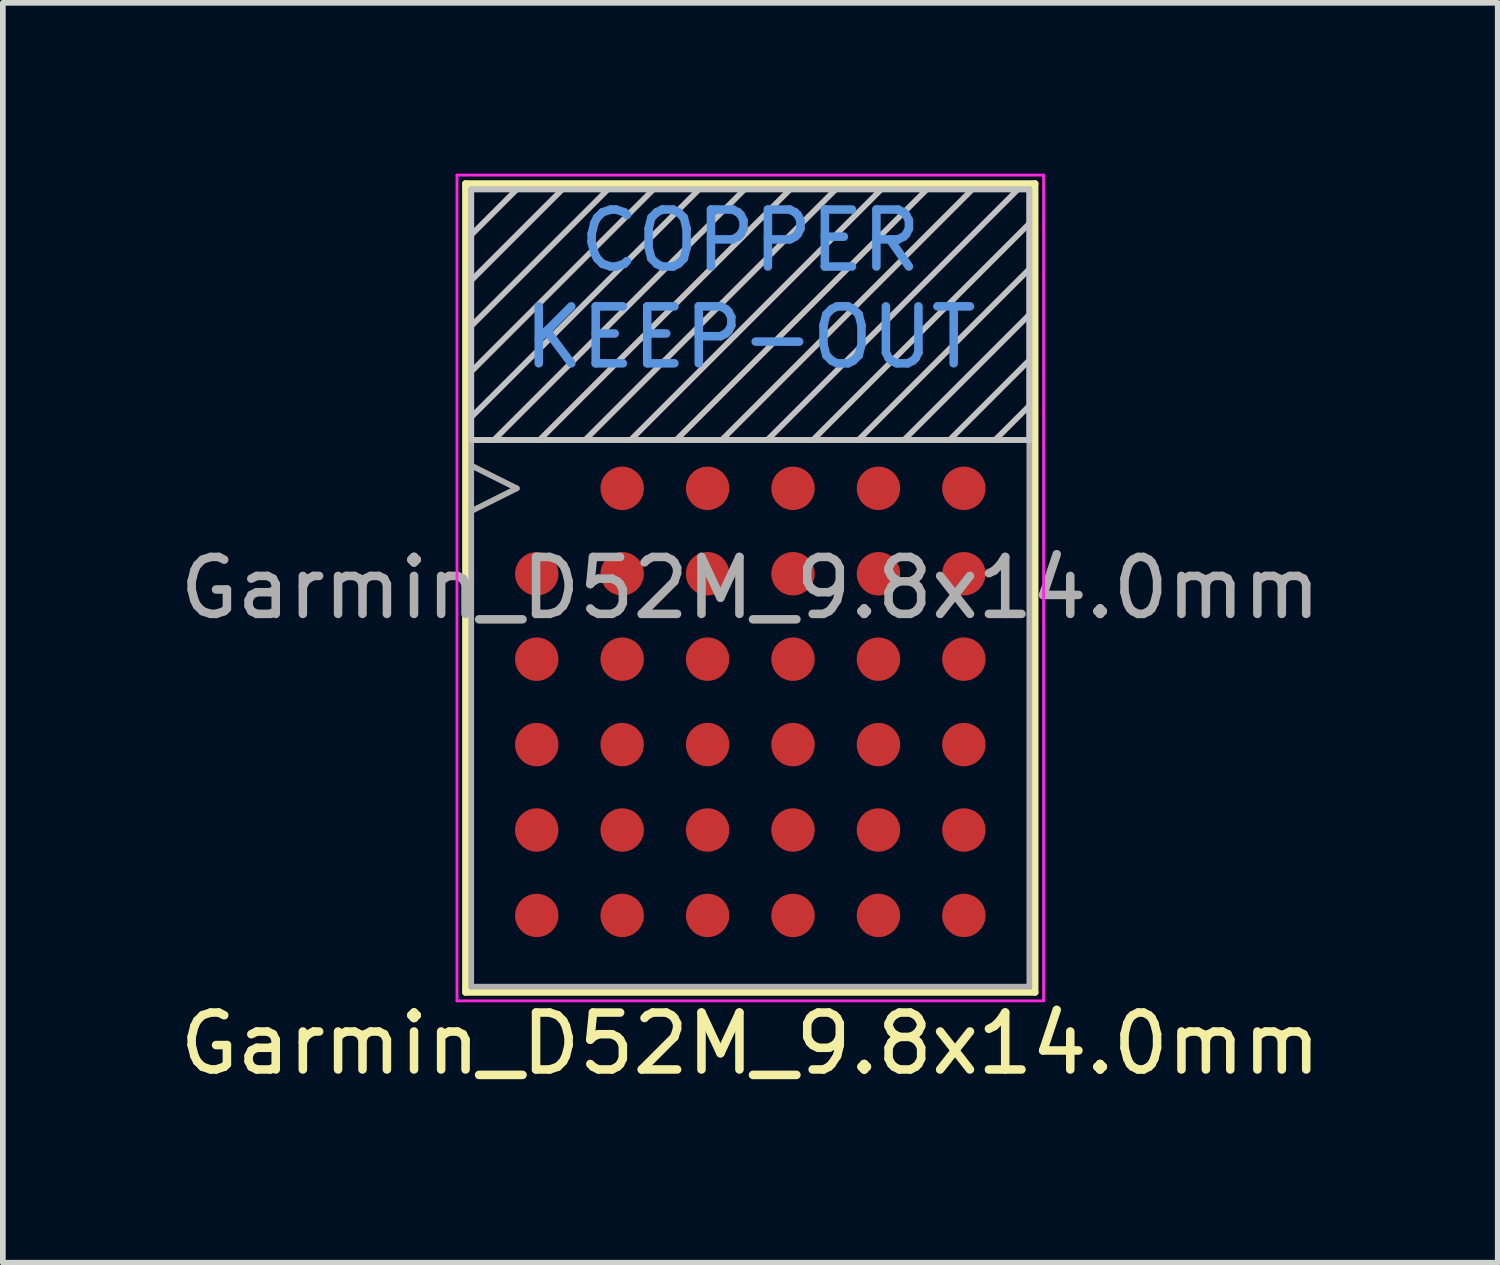
<source format=kicad_pcb>
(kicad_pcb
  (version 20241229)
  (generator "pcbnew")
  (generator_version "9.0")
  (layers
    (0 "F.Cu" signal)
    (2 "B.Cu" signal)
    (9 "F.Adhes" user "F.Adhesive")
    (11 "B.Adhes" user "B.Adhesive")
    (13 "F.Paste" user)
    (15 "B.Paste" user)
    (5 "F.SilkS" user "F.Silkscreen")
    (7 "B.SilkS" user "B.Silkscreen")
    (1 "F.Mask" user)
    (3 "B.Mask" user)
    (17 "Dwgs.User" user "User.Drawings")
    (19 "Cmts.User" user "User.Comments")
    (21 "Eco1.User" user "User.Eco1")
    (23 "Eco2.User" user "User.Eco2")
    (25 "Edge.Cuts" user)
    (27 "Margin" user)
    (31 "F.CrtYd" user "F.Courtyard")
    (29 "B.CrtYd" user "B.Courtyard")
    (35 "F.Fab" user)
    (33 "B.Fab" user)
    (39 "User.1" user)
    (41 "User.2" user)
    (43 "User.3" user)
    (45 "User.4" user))
  (footprint "Garmin_D52M_9.8x14.0mm"
    (layer "F.Cu")
    (at 10.125 7.275)
    (property "Reference" "Garmin_D52M_9.8x14.0mm" (at 0 8 0) (layer "F.SilkS") (effects (font (size 1 1) (thickness 0.15))))
    (attr smd)
    (fp_line (start -5 -7.1) (end -5 7.1) (stroke (width 0.12) (type solid)) (layer "F.SilkS"))
    (fp_line (start -5 7.1) (end 5 7.1) (stroke (width 0.12) (type solid)) (layer "F.SilkS"))
    (fp_line (start 5 -7.1) (end -5 -7.1) (stroke (width 0.12) (type solid)) (layer "F.SilkS"))
    (fp_line (start 5 7.1) (end 5 -7.1) (stroke (width 0.12) (type solid)) (layer "F.SilkS"))
    (fp_poly (pts (xy -4.18 -0.315) (xy -4.18 -0.68) (xy -3.815 -0.68) (xy -3.815 -0.315)) (stroke (width 0) (type solid)) (fill yes) (layer "F.Paste"))
    (fp_poly (pts (xy -4.18 0.18) (xy -4.18 -0.185) (xy -3.815 -0.185) (xy -3.815 0.18)) (stroke (width 0) (type solid)) (fill yes) (layer "F.Paste"))
    (fp_poly (pts (xy -4.18 1.185) (xy -4.18 0.82) (xy -3.815 0.82) (xy -3.815 1.185)) (stroke (width 0) (type solid)) (fill yes) (layer "F.Paste"))
    (fp_poly (pts (xy -4.18 1.68) (xy -4.18 1.315) (xy -3.815 1.315) (xy -3.815 1.68)) (stroke (width 0) (type solid)) (fill yes) (layer "F.Paste"))
    (fp_poly (pts (xy -4.18 2.685) (xy -4.18 2.32) (xy -3.815 2.32) (xy -3.815 2.685)) (stroke (width 0) (type solid)) (fill yes) (layer "F.Paste"))
    (fp_poly (pts (xy -4.18 3.18) (xy -4.18 2.815) (xy -3.815 2.815) (xy -3.815 3.18)) (stroke (width 0) (type solid)) (fill yes) (layer "F.Paste"))
    (fp_poly (pts (xy -4.18 4.185) (xy -4.18 3.82) (xy -3.815 3.82) (xy -3.815 4.185)) (stroke (width 0) (type solid)) (fill yes) (layer "F.Paste"))
    (fp_poly (pts (xy -4.18 4.68) (xy -4.18 4.315) (xy -3.815 4.315) (xy -3.815 4.68)) (stroke (width 0) (type solid)) (fill yes) (layer "F.Paste"))
    (fp_poly (pts (xy -4.18 5.685) (xy -4.18 5.32) (xy -3.815 5.32) (xy -3.815 5.685)) (stroke (width 0) (type solid)) (fill yes) (layer "F.Paste"))
    (fp_poly (pts (xy -4.18 6.18) (xy -4.18 5.815) (xy -3.815 5.815) (xy -3.815 6.18)) (stroke (width 0) (type solid)) (fill yes) (layer "F.Paste"))
    (fp_poly (pts (xy -3.685 -0.315) (xy -3.685 -0.68) (xy -3.32 -0.68) (xy -3.32 -0.315)) (stroke (width 0) (type solid)) (fill yes) (layer "F.Paste"))
    (fp_poly (pts (xy -3.685 0.18) (xy -3.685 -0.185) (xy -3.32 -0.185) (xy -3.32 0.18)) (stroke (width 0) (type solid)) (fill yes) (layer "F.Paste"))
    (fp_poly (pts (xy -3.685 1.185) (xy -3.685 0.82) (xy -3.32 0.82) (xy -3.32 1.185)) (stroke (width 0) (type solid)) (fill yes) (layer "F.Paste"))
    (fp_poly (pts (xy -3.685 1.68) (xy -3.685 1.315) (xy -3.32 1.315) (xy -3.32 1.68)) (stroke (width 0) (type solid)) (fill yes) (layer "F.Paste"))
    (fp_poly (pts (xy -3.685 2.685) (xy -3.685 2.32) (xy -3.32 2.32) (xy -3.32 2.685)) (stroke (width 0) (type solid)) (fill yes) (layer "F.Paste"))
    (fp_poly (pts (xy -3.685 3.18) (xy -3.685 2.815) (xy -3.32 2.815) (xy -3.32 3.18)) (stroke (width 0) (type solid)) (fill yes) (layer "F.Paste"))
    (fp_poly (pts (xy -3.685 4.185) (xy -3.685 3.82) (xy -3.32 3.82) (xy -3.32 4.185)) (stroke (width 0) (type solid)) (fill yes) (layer "F.Paste"))
    (fp_poly (pts (xy -3.685 4.68) (xy -3.685 4.315) (xy -3.32 4.315) (xy -3.32 4.68)) (stroke (width 0) (type solid)) (fill yes) (layer "F.Paste"))
    (fp_poly (pts (xy -3.685 5.685) (xy -3.685 5.32) (xy -3.32 5.32) (xy -3.32 5.685)) (stroke (width 0) (type solid)) (fill yes) (layer "F.Paste"))
    (fp_poly (pts (xy -3.685 6.18) (xy -3.685 5.815) (xy -3.32 5.815) (xy -3.32 6.18)) (stroke (width 0) (type solid)) (fill yes) (layer "F.Paste"))
    (fp_poly (pts (xy -2.68 -1.815) (xy -2.68 -2.18) (xy -2.315 -2.18) (xy -2.315 -1.815)) (stroke (width 0) (type solid)) (fill yes) (layer "F.Paste"))
    (fp_poly (pts (xy -2.68 -1.32) (xy -2.68 -1.685) (xy -2.315 -1.685) (xy -2.315 -1.32)) (stroke (width 0) (type solid)) (fill yes) (layer "F.Paste"))
    (fp_poly (pts (xy -2.68 -0.315) (xy -2.68 -0.68) (xy -2.315 -0.68) (xy -2.315 -0.315)) (stroke (width 0) (type solid)) (fill yes) (layer "F.Paste"))
    (fp_poly (pts (xy -2.68 0.18) (xy -2.68 -0.185) (xy -2.315 -0.185) (xy -2.315 0.18)) (stroke (width 0) (type solid)) (fill yes) (layer "F.Paste"))
    (fp_poly (pts (xy -2.68 1.185) (xy -2.68 0.82) (xy -2.315 0.82) (xy -2.315 1.185)) (stroke (width 0) (type solid)) (fill yes) (layer "F.Paste"))
    (fp_poly (pts (xy -2.68 1.68) (xy -2.68 1.315) (xy -2.315 1.315) (xy -2.315 1.68)) (stroke (width 0) (type solid)) (fill yes) (layer "F.Paste"))
    (fp_poly (pts (xy -2.68 2.685) (xy -2.68 2.32) (xy -2.315 2.32) (xy -2.315 2.685)) (stroke (width 0) (type solid)) (fill yes) (layer "F.Paste"))
    (fp_poly (pts (xy -2.68 3.18) (xy -2.68 2.815) (xy -2.315 2.815) (xy -2.315 3.18)) (stroke (width 0) (type solid)) (fill yes) (layer "F.Paste"))
    (fp_poly (pts (xy -2.68 4.185) (xy -2.68 3.82) (xy -2.315 3.82) (xy -2.315 4.185)) (stroke (width 0) (type solid)) (fill yes) (layer "F.Paste"))
    (fp_poly (pts (xy -2.68 4.68) (xy -2.68 4.315) (xy -2.315 4.315) (xy -2.315 4.68)) (stroke (width 0) (type solid)) (fill yes) (layer "F.Paste"))
    (fp_poly (pts (xy -2.68 5.685) (xy -2.68 5.32) (xy -2.315 5.32) (xy -2.315 5.685)) (stroke (width 0) (type solid)) (fill yes) (layer "F.Paste"))
    (fp_poly (pts (xy -2.68 6.18) (xy -2.68 5.815) (xy -2.315 5.815) (xy -2.315 6.18)) (stroke (width 0) (type solid)) (fill yes) (layer "F.Paste"))
    (fp_poly (pts (xy -2.185 -1.815) (xy -2.185 -2.18) (xy -1.82 -2.18) (xy -1.82 -1.815)) (stroke (width 0) (type solid)) (fill yes) (layer "F.Paste"))
    (fp_poly (pts (xy -2.185 -1.32) (xy -2.185 -1.685) (xy -1.82 -1.685) (xy -1.82 -1.32)) (stroke (width 0) (type solid)) (fill yes) (layer "F.Paste"))
    (fp_poly (pts (xy -2.185 -0.315) (xy -2.185 -0.68) (xy -1.82 -0.68) (xy -1.82 -0.315)) (stroke (width 0) (type solid)) (fill yes) (layer "F.Paste"))
    (fp_poly (pts (xy -2.185 0.18) (xy -2.185 -0.185) (xy -1.82 -0.185) (xy -1.82 0.18)) (stroke (width 0) (type solid)) (fill yes) (layer "F.Paste"))
    (fp_poly (pts (xy -2.185 1.185) (xy -2.185 0.82) (xy -1.82 0.82) (xy -1.82 1.185)) (stroke (width 0) (type solid)) (fill yes) (layer "F.Paste"))
    (fp_poly (pts (xy -2.185 1.68) (xy -2.185 1.315) (xy -1.82 1.315) (xy -1.82 1.68)) (stroke (width 0) (type solid)) (fill yes) (layer "F.Paste"))
    (fp_poly (pts (xy -2.185 2.685) (xy -2.185 2.32) (xy -1.82 2.32) (xy -1.82 2.685)) (stroke (width 0) (type solid)) (fill yes) (layer "F.Paste"))
    (fp_poly (pts (xy -2.185 3.18) (xy -2.185 2.815) (xy -1.82 2.815) (xy -1.82 3.18)) (stroke (width 0) (type solid)) (fill yes) (layer "F.Paste"))
    (fp_poly (pts (xy -2.185 4.185) (xy -2.185 3.82) (xy -1.82 3.82) (xy -1.82 4.185)) (stroke (width 0) (type solid)) (fill yes) (layer "F.Paste"))
    (fp_poly (pts (xy -2.185 4.68) (xy -2.185 4.315) (xy -1.82 4.315) (xy -1.82 4.68)) (stroke (width 0) (type solid)) (fill yes) (layer "F.Paste"))
    (fp_poly (pts (xy -2.185 5.685) (xy -2.185 5.32) (xy -1.82 5.32) (xy -1.82 5.685)) (stroke (width 0) (type solid)) (fill yes) (layer "F.Paste"))
    (fp_poly (pts (xy -2.185 6.18) (xy -2.185 5.815) (xy -1.82 5.815) (xy -1.82 6.18)) (stroke (width 0) (type solid)) (fill yes) (layer "F.Paste"))
    (fp_poly (pts (xy -1.18 -1.815) (xy -1.18 -2.18) (xy -0.815 -2.18) (xy -0.815 -1.815)) (stroke (width 0) (type solid)) (fill yes) (layer "F.Paste"))
    (fp_poly (pts (xy -1.18 -1.32) (xy -1.18 -1.685) (xy -0.815 -1.685) (xy -0.815 -1.32)) (stroke (width 0) (type solid)) (fill yes) (layer "F.Paste"))
    (fp_poly (pts (xy -1.18 -0.315) (xy -1.18 -0.68) (xy -0.815 -0.68) (xy -0.815 -0.315)) (stroke (width 0) (type solid)) (fill yes) (layer "F.Paste"))
    (fp_poly (pts (xy -1.18 0.18) (xy -1.18 -0.185) (xy -0.815 -0.185) (xy -0.815 0.18)) (stroke (width 0) (type solid)) (fill yes) (layer "F.Paste"))
    (fp_poly (pts (xy -1.18 1.185) (xy -1.18 0.82) (xy -0.815 0.82) (xy -0.815 1.185)) (stroke (width 0) (type solid)) (fill yes) (layer "F.Paste"))
    (fp_poly (pts (xy -1.18 1.68) (xy -1.18 1.315) (xy -0.815 1.315) (xy -0.815 1.68)) (stroke (width 0) (type solid)) (fill yes) (layer "F.Paste"))
    (fp_poly (pts (xy -1.18 2.685) (xy -1.18 2.32) (xy -0.815 2.32) (xy -0.815 2.685)) (stroke (width 0) (type solid)) (fill yes) (layer "F.Paste"))
    (fp_poly (pts (xy -1.18 3.18) (xy -1.18 2.815) (xy -0.815 2.815) (xy -0.815 3.18)) (stroke (width 0) (type solid)) (fill yes) (layer "F.Paste"))
    (fp_poly (pts (xy -1.18 4.185) (xy -1.18 3.82) (xy -0.815 3.82) (xy -0.815 4.185)) (stroke (width 0) (type solid)) (fill yes) (layer "F.Paste"))
    (fp_poly (pts (xy -1.18 4.68) (xy -1.18 4.315) (xy -0.815 4.315) (xy -0.815 4.68)) (stroke (width 0) (type solid)) (fill yes) (layer "F.Paste"))
    (fp_poly (pts (xy -1.18 5.685) (xy -1.18 5.32) (xy -0.815 5.32) (xy -0.815 5.685)) (stroke (width 0) (type solid)) (fill yes) (layer "F.Paste"))
    (fp_poly (pts (xy -1.18 6.18) (xy -1.18 5.815) (xy -0.815 5.815) (xy -0.815 6.18)) (stroke (width 0) (type solid)) (fill yes) (layer "F.Paste"))
    (fp_poly (pts (xy -0.685 -1.815) (xy -0.685 -2.18) (xy -0.32 -2.18) (xy -0.32 -1.815)) (stroke (width 0) (type solid)) (fill yes) (layer "F.Paste"))
    (fp_poly (pts (xy -0.685 -1.32) (xy -0.685 -1.685) (xy -0.32 -1.685) (xy -0.32 -1.32)) (stroke (width 0) (type solid)) (fill yes) (layer "F.Paste"))
    (fp_poly (pts (xy -0.685 -0.315) (xy -0.685 -0.68) (xy -0.32 -0.68) (xy -0.32 -0.315)) (stroke (width 0) (type solid)) (fill yes) (layer "F.Paste"))
    (fp_poly (pts (xy -0.685 0.18) (xy -0.685 -0.185) (xy -0.32 -0.185) (xy -0.32 0.18)) (stroke (width 0) (type solid)) (fill yes) (layer "F.Paste"))
    (fp_poly (pts (xy -0.685 1.185) (xy -0.685 0.82) (xy -0.32 0.82) (xy -0.32 1.185)) (stroke (width 0) (type solid)) (fill yes) (layer "F.Paste"))
    (fp_poly (pts (xy -0.685 1.68) (xy -0.685 1.315) (xy -0.32 1.315) (xy -0.32 1.68)) (stroke (width 0) (type solid)) (fill yes) (layer "F.Paste"))
    (fp_poly (pts (xy -0.685 2.685) (xy -0.685 2.32) (xy -0.32 2.32) (xy -0.32 2.685)) (stroke (width 0) (type solid)) (fill yes) (layer "F.Paste"))
    (fp_poly (pts (xy -0.685 3.18) (xy -0.685 2.815) (xy -0.32 2.815) (xy -0.32 3.18)) (stroke (width 0) (type solid)) (fill yes) (layer "F.Paste"))
    (fp_poly (pts (xy -0.685 4.185) (xy -0.685 3.82) (xy -0.32 3.82) (xy -0.32 4.185)) (stroke (width 0) (type solid)) (fill yes) (layer "F.Paste"))
    (fp_poly (pts (xy -0.685 4.68) (xy -0.685 4.315) (xy -0.32 4.315) (xy -0.32 4.68)) (stroke (width 0) (type solid)) (fill yes) (layer "F.Paste"))
    (fp_poly (pts (xy -0.685 5.685) (xy -0.685 5.32) (xy -0.32 5.32) (xy -0.32 5.685)) (stroke (width 0) (type solid)) (fill yes) (layer "F.Paste"))
    (fp_poly (pts (xy -0.685 6.18) (xy -0.685 5.815) (xy -0.32 5.815) (xy -0.32 6.18)) (stroke (width 0) (type solid)) (fill yes) (layer "F.Paste"))
    (fp_poly (pts (xy 0.32 -1.815) (xy 0.32 -2.18) (xy 0.685 -2.18) (xy 0.685 -1.815)) (stroke (width 0) (type solid)) (fill yes) (layer "F.Paste"))
    (fp_poly (pts (xy 0.32 -1.32) (xy 0.32 -1.685) (xy 0.685 -1.685) (xy 0.685 -1.32)) (stroke (width 0) (type solid)) (fill yes) (layer "F.Paste"))
    (fp_poly (pts (xy 0.32 -0.315) (xy 0.32 -0.68) (xy 0.685 -0.68) (xy 0.685 -0.315)) (stroke (width 0) (type solid)) (fill yes) (layer "F.Paste"))
    (fp_poly (pts (xy 0.32 0.18) (xy 0.32 -0.185) (xy 0.685 -0.185) (xy 0.685 0.18)) (stroke (width 0) (type solid)) (fill yes) (layer "F.Paste"))
    (fp_poly (pts (xy 0.32 1.185) (xy 0.32 0.82) (xy 0.685 0.82) (xy 0.685 1.185)) (stroke (width 0) (type solid)) (fill yes) (layer "F.Paste"))
    (fp_poly (pts (xy 0.32 1.68) (xy 0.32 1.315) (xy 0.685 1.315) (xy 0.685 1.68)) (stroke (width 0) (type solid)) (fill yes) (layer "F.Paste"))
    (fp_poly (pts (xy 0.32 2.685) (xy 0.32 2.32) (xy 0.685 2.32) (xy 0.685 2.685)) (stroke (width 0) (type solid)) (fill yes) (layer "F.Paste"))
    (fp_poly (pts (xy 0.32 3.18) (xy 0.32 2.815) (xy 0.685 2.815) (xy 0.685 3.18)) (stroke (width 0) (type solid)) (fill yes) (layer "F.Paste"))
    (fp_poly (pts (xy 0.32 4.185) (xy 0.32 3.82) (xy 0.685 3.82) (xy 0.685 4.185)) (stroke (width 0) (type solid)) (fill yes) (layer "F.Paste"))
    (fp_poly (pts (xy 0.32 4.68) (xy 0.32 4.315) (xy 0.685 4.315) (xy 0.685 4.68)) (stroke (width 0) (type solid)) (fill yes) (layer "F.Paste"))
    (fp_poly (pts (xy 0.32 5.685) (xy 0.32 5.32) (xy 0.685 5.32) (xy 0.685 5.685)) (stroke (width 0) (type solid)) (fill yes) (layer "F.Paste"))
    (fp_poly (pts (xy 0.32 6.18) (xy 0.32 5.815) (xy 0.685 5.815) (xy 0.685 6.18)) (stroke (width 0) (type solid)) (fill yes) (layer "F.Paste"))
    (fp_poly (pts (xy 0.815 -1.815) (xy 0.815 -2.18) (xy 1.18 -2.18) (xy 1.18 -1.815)) (stroke (width 0) (type solid)) (fill yes) (layer "F.Paste"))
    (fp_poly (pts (xy 0.815 -1.32) (xy 0.815 -1.685) (xy 1.18 -1.685) (xy 1.18 -1.32)) (stroke (width 0) (type solid)) (fill yes) (layer "F.Paste"))
    (fp_poly (pts (xy 0.815 -0.315) (xy 0.815 -0.68) (xy 1.18 -0.68) (xy 1.18 -0.315)) (stroke (width 0) (type solid)) (fill yes) (layer "F.Paste"))
    (fp_poly (pts (xy 0.815 0.18) (xy 0.815 -0.185) (xy 1.18 -0.185) (xy 1.18 0.18)) (stroke (width 0) (type solid)) (fill yes) (layer "F.Paste"))
    (fp_poly (pts (xy 0.815 1.185) (xy 0.815 0.82) (xy 1.18 0.82) (xy 1.18 1.185)) (stroke (width 0) (type solid)) (fill yes) (layer "F.Paste"))
    (fp_poly (pts (xy 0.815 1.68) (xy 0.815 1.315) (xy 1.18 1.315) (xy 1.18 1.68)) (stroke (width 0) (type solid)) (fill yes) (layer "F.Paste"))
    (fp_poly (pts (xy 0.815 2.685) (xy 0.815 2.32) (xy 1.18 2.32) (xy 1.18 2.685)) (stroke (width 0) (type solid)) (fill yes) (layer "F.Paste"))
    (fp_poly (pts (xy 0.815 3.18) (xy 0.815 2.815) (xy 1.18 2.815) (xy 1.18 3.18)) (stroke (width 0) (type solid)) (fill yes) (layer "F.Paste"))
    (fp_poly (pts (xy 0.815 4.185) (xy 0.815 3.82) (xy 1.18 3.82) (xy 1.18 4.185)) (stroke (width 0) (type solid)) (fill yes) (layer "F.Paste"))
    (fp_poly (pts (xy 0.815 4.68) (xy 0.815 4.315) (xy 1.18 4.315) (xy 1.18 4.68)) (stroke (width 0) (type solid)) (fill yes) (layer "F.Paste"))
    (fp_poly (pts (xy 0.815 5.685) (xy 0.815 5.32) (xy 1.18 5.32) (xy 1.18 5.685)) (stroke (width 0) (type solid)) (fill yes) (layer "F.Paste"))
    (fp_poly (pts (xy 0.815 6.18) (xy 0.815 5.815) (xy 1.18 5.815) (xy 1.18 6.18)) (stroke (width 0) (type solid)) (fill yes) (layer "F.Paste"))
    (fp_poly (pts (xy 1.82 -1.815) (xy 1.82 -2.18) (xy 2.185 -2.18) (xy 2.185 -1.815)) (stroke (width 0) (type solid)) (fill yes) (layer "F.Paste"))
    (fp_poly (pts (xy 1.82 -1.32) (xy 1.82 -1.685) (xy 2.185 -1.685) (xy 2.185 -1.32)) (stroke (width 0) (type solid)) (fill yes) (layer "F.Paste"))
    (fp_poly (pts (xy 1.82 -0.315) (xy 1.82 -0.68) (xy 2.185 -0.68) (xy 2.185 -0.315)) (stroke (width 0) (type solid)) (fill yes) (layer "F.Paste"))
    (fp_poly (pts (xy 1.82 0.18) (xy 1.82 -0.185) (xy 2.185 -0.185) (xy 2.185 0.18)) (stroke (width 0) (type solid)) (fill yes) (layer "F.Paste"))
    (fp_poly (pts (xy 1.82 1.185) (xy 1.82 0.82) (xy 2.185 0.82) (xy 2.185 1.185)) (stroke (width 0) (type solid)) (fill yes) (layer "F.Paste"))
    (fp_poly (pts (xy 1.82 1.68) (xy 1.82 1.315) (xy 2.185 1.315) (xy 2.185 1.68)) (stroke (width 0) (type solid)) (fill yes) (layer "F.Paste"))
    (fp_poly (pts (xy 1.82 2.685) (xy 1.82 2.32) (xy 2.185 2.32) (xy 2.185 2.685)) (stroke (width 0) (type solid)) (fill yes) (layer "F.Paste"))
    (fp_poly (pts (xy 1.82 3.18) (xy 1.82 2.815) (xy 2.185 2.815) (xy 2.185 3.18)) (stroke (width 0) (type solid)) (fill yes) (layer "F.Paste"))
    (fp_poly (pts (xy 1.82 4.185) (xy 1.82 3.82) (xy 2.185 3.82) (xy 2.185 4.185)) (stroke (width 0) (type solid)) (fill yes) (layer "F.Paste"))
    (fp_poly (pts (xy 1.82 4.68) (xy 1.82 4.315) (xy 2.185 4.315) (xy 2.185 4.68)) (stroke (width 0) (type solid)) (fill yes) (layer "F.Paste"))
    (fp_poly (pts (xy 1.82 5.685) (xy 1.82 5.32) (xy 2.185 5.32) (xy 2.185 5.685)) (stroke (width 0) (type solid)) (fill yes) (layer "F.Paste"))
    (fp_poly (pts (xy 1.82 6.18) (xy 1.82 5.815) (xy 2.185 5.815) (xy 2.185 6.18)) (stroke (width 0) (type solid)) (fill yes) (layer "F.Paste"))
    (fp_poly (pts (xy 2.315 -1.815) (xy 2.315 -2.18) (xy 2.68 -2.18) (xy 2.68 -1.815)) (stroke (width 0) (type solid)) (fill yes) (layer "F.Paste"))
    (fp_poly (pts (xy 2.315 -1.32) (xy 2.315 -1.685) (xy 2.68 -1.685) (xy 2.68 -1.32)) (stroke (width 0) (type solid)) (fill yes) (layer "F.Paste"))
    (fp_poly (pts (xy 2.315 -0.315) (xy 2.315 -0.68) (xy 2.68 -0.68) (xy 2.68 -0.315)) (stroke (width 0) (type solid)) (fill yes) (layer "F.Paste"))
    (fp_poly (pts (xy 2.315 0.18) (xy 2.315 -0.185) (xy 2.68 -0.185) (xy 2.68 0.18)) (stroke (width 0) (type solid)) (fill yes) (layer "F.Paste"))
    (fp_poly (pts (xy 2.315 1.185) (xy 2.315 0.82) (xy 2.68 0.82) (xy 2.68 1.185)) (stroke (width 0) (type solid)) (fill yes) (layer "F.Paste"))
    (fp_poly (pts (xy 2.315 1.68) (xy 2.315 1.315) (xy 2.68 1.315) (xy 2.68 1.68)) (stroke (width 0) (type solid)) (fill yes) (layer "F.Paste"))
    (fp_poly (pts (xy 2.315 2.685) (xy 2.315 2.32) (xy 2.68 2.32) (xy 2.68 2.685)) (stroke (width 0) (type solid)) (fill yes) (layer "F.Paste"))
    (fp_poly (pts (xy 2.315 3.18) (xy 2.315 2.815) (xy 2.68 2.815) (xy 2.68 3.18)) (stroke (width 0) (type solid)) (fill yes) (layer "F.Paste"))
    (fp_poly (pts (xy 2.315 4.185) (xy 2.315 3.82) (xy 2.68 3.82) (xy 2.68 4.185)) (stroke (width 0) (type solid)) (fill yes) (layer "F.Paste"))
    (fp_poly (pts (xy 2.315 4.68) (xy 2.315 4.315) (xy 2.68 4.315) (xy 2.68 4.68)) (stroke (width 0) (type solid)) (fill yes) (layer "F.Paste"))
    (fp_poly (pts (xy 2.315 5.685) (xy 2.315 5.32) (xy 2.68 5.32) (xy 2.68 5.685)) (stroke (width 0) (type solid)) (fill yes) (layer "F.Paste"))
    (fp_poly (pts (xy 2.315 6.18) (xy 2.315 5.815) (xy 2.68 5.815) (xy 2.68 6.18)) (stroke (width 0) (type solid)) (fill yes) (layer "F.Paste"))
    (fp_poly (pts (xy 3.32 -1.815) (xy 3.32 -2.18) (xy 3.685 -2.18) (xy 3.685 -1.815)) (stroke (width 0) (type solid)) (fill yes) (layer "F.Paste"))
    (fp_poly (pts (xy 3.32 -1.32) (xy 3.32 -1.685) (xy 3.685 -1.685) (xy 3.685 -1.32)) (stroke (width 0) (type solid)) (fill yes) (layer "F.Paste"))
    (fp_poly (pts (xy 3.32 -0.315) (xy 3.32 -0.68) (xy 3.685 -0.68) (xy 3.685 -0.315)) (stroke (width 0) (type solid)) (fill yes) (layer "F.Paste"))
    (fp_poly (pts (xy 3.32 0.18) (xy 3.32 -0.185) (xy 3.685 -0.185) (xy 3.685 0.18)) (stroke (width 0) (type solid)) (fill yes) (layer "F.Paste"))
    (fp_poly (pts (xy 3.32 1.185) (xy 3.32 0.82) (xy 3.685 0.82) (xy 3.685 1.185)) (stroke (width 0) (type solid)) (fill yes) (layer "F.Paste"))
    (fp_poly (pts (xy 3.32 1.68) (xy 3.32 1.315) (xy 3.685 1.315) (xy 3.685 1.68)) (stroke (width 0) (type solid)) (fill yes) (layer "F.Paste"))
    (fp_poly (pts (xy 3.32 2.685) (xy 3.32 2.32) (xy 3.685 2.32) (xy 3.685 2.685)) (stroke (width 0) (type solid)) (fill yes) (layer "F.Paste"))
    (fp_poly (pts (xy 3.32 3.18) (xy 3.32 2.815) (xy 3.685 2.815) (xy 3.685 3.18)) (stroke (width 0) (type solid)) (fill yes) (layer "F.Paste"))
    (fp_poly (pts (xy 3.32 4.185) (xy 3.32 3.82) (xy 3.685 3.82) (xy 3.685 4.185)) (stroke (width 0) (type solid)) (fill yes) (layer "F.Paste"))
    (fp_poly (pts (xy 3.32 4.68) (xy 3.32 4.315) (xy 3.685 4.315) (xy 3.685 4.68)) (stroke (width 0) (type solid)) (fill yes) (layer "F.Paste"))
    (fp_poly (pts (xy 3.32 5.685) (xy 3.32 5.32) (xy 3.685 5.32) (xy 3.685 5.685)) (stroke (width 0) (type solid)) (fill yes) (layer "F.Paste"))
    (fp_poly (pts (xy 3.32 6.18) (xy 3.32 5.815) (xy 3.685 5.815) (xy 3.685 6.18)) (stroke (width 0) (type solid)) (fill yes) (layer "F.Paste"))
    (fp_poly (pts (xy 3.815 -1.815) (xy 3.815 -2.18) (xy 4.18 -2.18) (xy 4.18 -1.815)) (stroke (width 0) (type solid)) (fill yes) (layer "F.Paste"))
    (fp_poly (pts (xy 3.815 -1.32) (xy 3.815 -1.685) (xy 4.18 -1.685) (xy 4.18 -1.32)) (stroke (width 0) (type solid)) (fill yes) (layer "F.Paste"))
    (fp_poly (pts (xy 3.815 -0.315) (xy 3.815 -0.68) (xy 4.18 -0.68) (xy 4.18 -0.315)) (stroke (width 0) (type solid)) (fill yes) (layer "F.Paste"))
    (fp_poly (pts (xy 3.815 0.18) (xy 3.815 -0.185) (xy 4.18 -0.185) (xy 4.18 0.18)) (stroke (width 0) (type solid)) (fill yes) (layer "F.Paste"))
    (fp_poly (pts (xy 3.815 1.185) (xy 3.815 0.82) (xy 4.18 0.82) (xy 4.18 1.185)) (stroke (width 0) (type solid)) (fill yes) (layer "F.Paste"))
    (fp_poly (pts (xy 3.815 1.68) (xy 3.815 1.315) (xy 4.18 1.315) (xy 4.18 1.68)) (stroke (width 0) (type solid)) (fill yes) (layer "F.Paste"))
    (fp_poly (pts (xy 3.815 2.685) (xy 3.815 2.32) (xy 4.18 2.32) (xy 4.18 2.685)) (stroke (width 0) (type solid)) (fill yes) (layer "F.Paste"))
    (fp_poly (pts (xy 3.815 3.18) (xy 3.815 2.815) (xy 4.18 2.815) (xy 4.18 3.18)) (stroke (width 0) (type solid)) (fill yes) (layer "F.Paste"))
    (fp_poly (pts (xy 3.815 4.185) (xy 3.815 3.82) (xy 4.18 3.82) (xy 4.18 4.185)) (stroke (width 0) (type solid)) (fill yes) (layer "F.Paste"))
    (fp_poly (pts (xy 3.815 4.68) (xy 3.815 4.315) (xy 4.18 4.315) (xy 4.18 4.68)) (stroke (width 0) (type solid)) (fill yes) (layer "F.Paste"))
    (fp_poly (pts (xy 3.815 5.685) (xy 3.815 5.32) (xy 4.18 5.32) (xy 4.18 5.685)) (stroke (width 0) (type solid)) (fill yes) (layer "F.Paste"))
    (fp_poly (pts (xy 3.815 6.18) (xy 3.815 5.815) (xy 4.18 5.815) (xy 4.18 6.18)) (stroke (width 0) (type solid)) (fill yes) (layer "F.Paste"))
    (fp_line (start -4.9 -7) (end -4.9 -2.625) (stroke (width 0.1) (type solid)) (layer "Dwgs.User"))
    (fp_line (start -4.9 -6.2) (end -4.1 -7) (stroke (width 0.1) (type solid)) (layer "Dwgs.User"))
    (fp_line (start -4.9 -5.4) (end -3.3 -7) (stroke (width 0.1) (type solid)) (layer "Dwgs.User"))
    (fp_line (start -4.9 -4.6) (end -2.5 -7) (stroke (width 0.1) (type solid)) (layer "Dwgs.User"))
    (fp_line (start -4.9 -3.8) (end -1.7 -7) (stroke (width 0.1) (type solid)) (layer "Dwgs.User"))
    (fp_line (start -4.9 -3) (end -0.9 -7) (stroke (width 0.1) (type solid)) (layer "Dwgs.User"))
    (fp_line (start -4.9 -2.6) (end 4.9 -2.6) (stroke (width 0.1) (type solid)) (layer "Dwgs.User"))
    (fp_line (start -4.5 -2.6) (end -0.1 -7) (stroke (width 0.1) (type solid)) (layer "Dwgs.User"))
    (fp_line (start 0.7 -7) (end -3.7 -2.6) (stroke (width 0.1) (type solid)) (layer "Dwgs.User"))
    (fp_line (start 1.5 -7) (end -2.9 -2.6) (stroke (width 0.1) (type solid)) (layer "Dwgs.User"))
    (fp_line (start 2.3 -7) (end -2.1 -2.6) (stroke (width 0.1) (type solid)) (layer "Dwgs.User"))
    (fp_line (start 3.1 -7) (end -1.3 -2.6) (stroke (width 0.1) (type solid)) (layer "Dwgs.User"))
    (fp_line (start 3.9 -7) (end -0.5 -2.6) (stroke (width 0.1) (type solid)) (layer "Dwgs.User"))
    (fp_line (start 4.7 -7) (end 0.3 -2.6) (stroke (width 0.1) (type solid)) (layer "Dwgs.User"))
    (fp_line (start 4.9 -7) (end -4.9 -7) (stroke (width 0.1) (type solid)) (layer "Dwgs.User"))
    (fp_line (start 4.9 -6.4) (end 1.1 -2.6) (stroke (width 0.1) (type solid)) (layer "Dwgs.User"))
    (fp_line (start 4.9 -5.6) (end 1.9 -2.6) (stroke (width 0.1) (type solid)) (layer "Dwgs.User"))
    (fp_line (start 4.9 -4.8) (end 2.7 -2.6) (stroke (width 0.1) (type solid)) (layer "Dwgs.User"))
    (fp_line (start 4.9 -4) (end 3.5 -2.6) (stroke (width 0.1) (type solid)) (layer "Dwgs.User"))
    (fp_line (start 4.9 -3.2) (end 4.3 -2.6) (stroke (width 0.1) (type solid)) (layer "Dwgs.User"))
    (fp_line (start 4.9 -2.6) (end 4.9 -7) (stroke (width 0.1) (type solid)) (layer "Dwgs.User"))
    (fp_line (start -5.15 -7.25) (end 5.15 -7.25) (stroke (width 0.05) (type solid)) (layer "F.CrtYd"))
    (fp_line (start -5.15 7.25) (end -5.15 -7.25) (stroke (width 0.05) (type solid)) (layer "F.CrtYd"))
    (fp_line (start 5.15 -7.25) (end 5.15 7.25) (stroke (width 0.05) (type solid)) (layer "F.CrtYd"))
    (fp_line (start 5.15 7.25) (end -5.15 7.25) (stroke (width 0.05) (type solid)) (layer "F.CrtYd"))
    (fp_line (start -4.9 -7) (end 4.9 -7) (stroke (width 0.1) (type solid)) (layer "F.Fab"))
    (fp_line (start -4.9 -2.6) (end 4.9 -2.6) (stroke (width 0.1) (type solid)) (layer "F.Fab"))
    (fp_line (start -4.9 -2.15) (end -4.1 -1.75) (stroke (width 0.1) (type solid)) (layer "F.Fab"))
    (fp_line (start -4.9 -1.35) (end -4.1 -1.75) (stroke (width 0.1) (type solid)) (layer "F.Fab"))
    (fp_line (start -4.9 7) (end -4.9 -7) (stroke (width 0.1) (type solid)) (layer "F.Fab"))
    (fp_line (start 4.9 -7) (end 4.9 7) (stroke (width 0.1) (type solid)) (layer "F.Fab"))
    (fp_line (start 4.9 7) (end -4.9 7) (stroke (width 0.1) (type solid)) (layer "F.Fab"))
    (fp_text user "COPPER" (at 0 -6.1 0) (layer "Cmts.User") (effects (font (size 1 1) (thickness 0.15))))
    (fp_text user "KEEP-OUT" (at 0 -4.4 0) (layer "Cmts.User") (effects (font (size 1 1) (thickness 0.15))))
    (fp_text user "${REFERENCE}" (at 0 0 0) (layer "F.Fab") (effects (font (size 1 1) (thickness 0.15))))
    (pad "A2" smd circle (at -2.25 -1.75) (size 0.762 0.762) (layers "F.Cu" "F.Mask"))
    (pad "A3" smd circle (at -0.75 -1.75) (size 0.762 0.762) (layers "F.Cu" "F.Mask"))
    (pad "A4" smd circle (at 0.75 -1.75) (size 0.762 0.762) (layers "F.Cu" "F.Mask"))
    (pad "A5" smd circle (at 2.25 -1.75) (size 0.762 0.762) (layers "F.Cu" "F.Mask"))
    (pad "A6" smd circle (at 3.75 -1.75) (size 0.762 0.762) (layers "F.Cu" "F.Mask"))
    (pad "B1" smd circle (at -3.75 -0.25) (size 0.762 0.762) (layers "F.Cu" "F.Mask"))
    (pad "B2" smd circle (at -2.25 -0.25) (size 0.762 0.762) (layers "F.Cu" "F.Mask"))
    (pad "B3" smd circle (at -0.75 -0.25) (size 0.762 0.762) (layers "F.Cu" "F.Mask"))
    (pad "B4" smd circle (at 0.75 -0.25) (size 0.762 0.762) (layers "F.Cu" "F.Mask"))
    (pad "B5" smd circle (at 2.25 -0.25) (size 0.762 0.762) (layers "F.Cu" "F.Mask"))
    (pad "B6" smd circle (at 3.75 -0.25) (size 0.762 0.762) (layers "F.Cu" "F.Mask"))
    (pad "C1" smd circle (at -3.75 1.25) (size 0.762 0.762) (layers "F.Cu" "F.Mask"))
    (pad "C2" smd circle (at -2.25 1.25) (size 0.762 0.762) (layers "F.Cu" "F.Mask"))
    (pad "C3" smd circle (at -0.75 1.25) (size 0.762 0.762) (layers "F.Cu" "F.Mask"))
    (pad "C4" smd circle (at 0.75 1.25) (size 0.762 0.762) (layers "F.Cu" "F.Mask"))
    (pad "C5" smd circle (at 2.25 1.25) (size 0.762 0.762) (layers "F.Cu" "F.Mask"))
    (pad "C6" smd circle (at 3.75 1.25) (size 0.762 0.762) (layers "F.Cu" "F.Mask"))
    (pad "D1" smd circle (at -3.75 2.75) (size 0.762 0.762) (layers "F.Cu" "F.Mask"))
    (pad "D2" smd circle (at -2.25 2.75) (size 0.762 0.762) (layers "F.Cu" "F.Mask"))
    (pad "D3" smd circle (at -0.75 2.75) (size 0.762 0.762) (layers "F.Cu" "F.Mask"))
    (pad "D4" smd circle (at 0.75 2.75) (size 0.762 0.762) (layers "F.Cu" "F.Mask"))
    (pad "D5" smd circle (at 2.25 2.75) (size 0.762 0.762) (layers "F.Cu" "F.Mask"))
    (pad "D6" smd circle (at 3.75 2.75) (size 0.762 0.762) (layers "F.Cu" "F.Mask"))
    (pad "E1" smd circle (at -3.75 4.25) (size 0.762 0.762) (layers "F.Cu" "F.Mask"))
    (pad "E2" smd circle (at -2.25 4.25) (size 0.762 0.762) (layers "F.Cu" "F.Mask"))
    (pad "E3" smd circle (at -0.75 4.25) (size 0.762 0.762) (layers "F.Cu" "F.Mask"))
    (pad "E4" smd circle (at 0.75 4.25) (size 0.762 0.762) (layers "F.Cu" "F.Mask"))
    (pad "E5" smd circle (at 2.25 4.25) (size 0.762 0.762) (layers "F.Cu" "F.Mask"))
    (pad "E6" smd circle (at 3.75 4.25) (size 0.762 0.762) (layers "F.Cu" "F.Mask"))
    (pad "F1" smd circle (at -3.75 5.75) (size 0.762 0.762) (layers "F.Cu" "F.Mask"))
    (pad "F2" smd circle (at -2.25 5.75) (size 0.762 0.762) (layers "F.Cu" "F.Mask"))
    (pad "F3" smd circle (at -0.75 5.75) (size 0.762 0.762) (layers "F.Cu" "F.Mask"))
    (pad "F4" smd circle (at 0.75 5.75) (size 0.762 0.762) (layers "F.Cu" "F.Mask"))
    (pad "F5" smd circle (at 2.25 5.75) (size 0.762 0.762) (layers "F.Cu" "F.Mask"))
    (pad "F6" smd circle (at 3.75 5.75) (size 0.762 0.762) (layers "F.Cu" "F.Mask")))
  (gr_rect
    (start -3 -3)
    (end 23.25 19.123)
    (stroke (width 0.1) (type default))
    (fill no)
    (layer "Edge.Cuts")))
</source>
